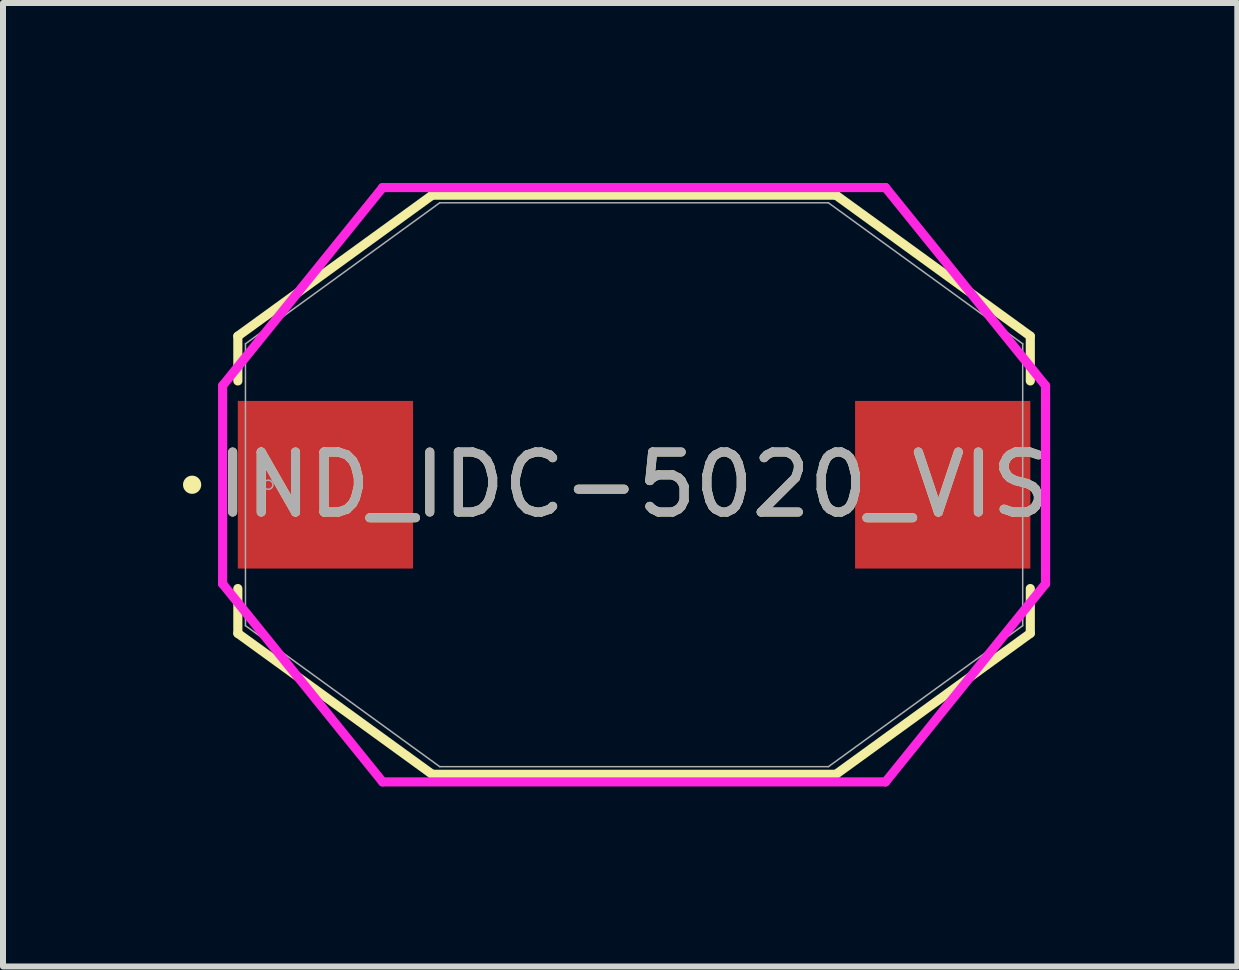
<source format=kicad_pcb>
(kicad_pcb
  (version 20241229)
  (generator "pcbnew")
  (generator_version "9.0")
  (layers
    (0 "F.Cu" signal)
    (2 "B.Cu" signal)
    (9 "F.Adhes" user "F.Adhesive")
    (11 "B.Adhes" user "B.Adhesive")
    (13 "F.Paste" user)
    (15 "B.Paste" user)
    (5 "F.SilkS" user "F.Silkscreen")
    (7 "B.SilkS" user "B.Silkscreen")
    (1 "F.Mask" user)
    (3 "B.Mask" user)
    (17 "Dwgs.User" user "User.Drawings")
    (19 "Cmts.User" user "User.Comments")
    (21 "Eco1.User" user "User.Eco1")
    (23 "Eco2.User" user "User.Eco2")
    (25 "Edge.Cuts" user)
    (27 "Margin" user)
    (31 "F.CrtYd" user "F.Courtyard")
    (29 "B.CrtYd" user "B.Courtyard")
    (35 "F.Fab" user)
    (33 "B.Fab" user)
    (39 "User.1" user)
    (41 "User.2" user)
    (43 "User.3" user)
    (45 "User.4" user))
  (footprint "IND_IDC-5020_VIS"
    (layer "F.Cu")
    (at 7.518 5.029)
    (property "Reference" "IND_IDC-5020_VIS" (at 0 0 0) (unlocked yes) (layer "F.SilkS") (effects (font (size 1 1) (thickness 0.15))))
    (attr smd)
    (fp_line (start -6.604 -2.477) (end -3.365 -4.826) (stroke (width 0.152) (type solid)) (layer "F.SilkS"))
    (fp_line (start -6.604 -1.73) (end -6.604 -2.477) (stroke (width 0.152) (type solid)) (layer "F.SilkS"))
    (fp_line (start -6.604 2.477) (end -6.604 1.73) (stroke (width 0.152) (type solid)) (layer "F.SilkS"))
    (fp_line (start -3.365 -4.826) (end 3.365 -4.826) (stroke (width 0.152) (type solid)) (layer "F.SilkS"))
    (fp_line (start -3.365 4.826) (end -6.604 2.477) (stroke (width 0.152) (type solid)) (layer "F.SilkS"))
    (fp_line (start 3.365 -4.826) (end 6.604 -2.477) (stroke (width 0.152) (type solid)) (layer "F.SilkS"))
    (fp_line (start 3.365 4.826) (end -3.365 4.826) (stroke (width 0.152) (type solid)) (layer "F.SilkS"))
    (fp_line (start 6.604 -2.477) (end 6.604 -1.73) (stroke (width 0.152) (type solid)) (layer "F.SilkS"))
    (fp_line (start 6.604 1.73) (end 6.604 2.477) (stroke (width 0.152) (type solid)) (layer "F.SilkS"))
    (fp_line (start 6.604 2.477) (end 3.365 4.826) (stroke (width 0.152) (type solid)) (layer "F.SilkS"))
    (fp_circle (center -7.366 0) (end -7.29 0) (stroke (width 0.152) (type solid)) (fill no) (layer "F.SilkS"))
    (fp_line (start -6.858 -1.651) (end -4.191 -4.953) (stroke (width 0.152) (type solid)) (layer "F.CrtYd"))
    (fp_line (start -6.858 1.651) (end -6.858 -1.651) (stroke (width 0.152) (type solid)) (layer "F.CrtYd"))
    (fp_line (start -4.191 -4.953) (end 4.191 -4.953) (stroke (width 0.152) (type solid)) (layer "F.CrtYd"))
    (fp_line (start -4.191 4.953) (end -6.858 1.651) (stroke (width 0.152) (type solid)) (layer "F.CrtYd"))
    (fp_line (start 4.191 -4.953) (end 6.858 -1.651) (stroke (width 0.152) (type solid)) (layer "F.CrtYd"))
    (fp_line (start 4.191 4.953) (end -4.191 4.953) (stroke (width 0.152) (type solid)) (layer "F.CrtYd"))
    (fp_line (start 6.858 -1.651) (end 6.858 1.651) (stroke (width 0.152) (type solid)) (layer "F.CrtYd"))
    (fp_line (start 6.858 1.651) (end 4.191 4.953) (stroke (width 0.152) (type solid)) (layer "F.CrtYd"))
    (fp_line (start -6.477 -2.349) (end -3.239 -4.699) (stroke (width 0.025) (type solid)) (layer "F.Fab"))
    (fp_line (start -6.477 2.349) (end -6.477 -2.349) (stroke (width 0.025) (type solid)) (layer "F.Fab"))
    (fp_line (start -3.239 -4.699) (end 3.239 -4.699) (stroke (width 0.025) (type solid)) (layer "F.Fab"))
    (fp_line (start -3.239 4.699) (end -6.477 2.349) (stroke (width 0.025) (type solid)) (layer "F.Fab"))
    (fp_line (start 3.239 -4.699) (end 6.477 -2.349) (stroke (width 0.025) (type solid)) (layer "F.Fab"))
    (fp_line (start 3.239 4.699) (end -3.239 4.699) (stroke (width 0.025) (type solid)) (layer "F.Fab"))
    (fp_line (start 6.477 -2.349) (end 6.477 2.349) (stroke (width 0.025) (type solid)) (layer "F.Fab"))
    (fp_line (start 6.477 2.349) (end 3.239 4.699) (stroke (width 0.025) (type solid)) (layer "F.Fab"))
    (fp_circle (center -6.096 0) (end -6.02 0) (stroke (width 0.025) (type solid)) (fill no) (layer "F.Fab"))
    (fp_text user "${REFERENCE}" (at 0 0 0) (unlocked yes) (layer "F.Fab") (effects (font (size 1 1) (thickness 0.15))))
    (pad "1" smd rect (at -5.144 0) (size 2.921 2.794) (layers "F.Cu" "F.Mask" "F.Paste"))
    (pad "2" smd rect (at 5.144 0) (size 2.921 2.794) (layers "F.Cu" "F.Mask" "F.Paste"))
    (zone (net_name "") (layer "F.Cu") (hatch full 0.508) (connect_pads) (min_thickness 0.254) (filled_areas_thickness no) (keepout (tracks not_allowed) (vias not_allowed) (pads allowed) (copperpour not_allowed) (footprints allowed)) (placement (enabled no)) (fill) (polygon (pts (xy 3.886 0.381) (xy 11.151 0.381) (xy 11.151 9.677) (xy 3.886 9.677)))))
  (gr_rect
    (start -3 -3)
    (end 17.572 13.058)
    (stroke (width 0.1) (type default))
    (fill no)
    (layer "Edge.Cuts")))
</source>
